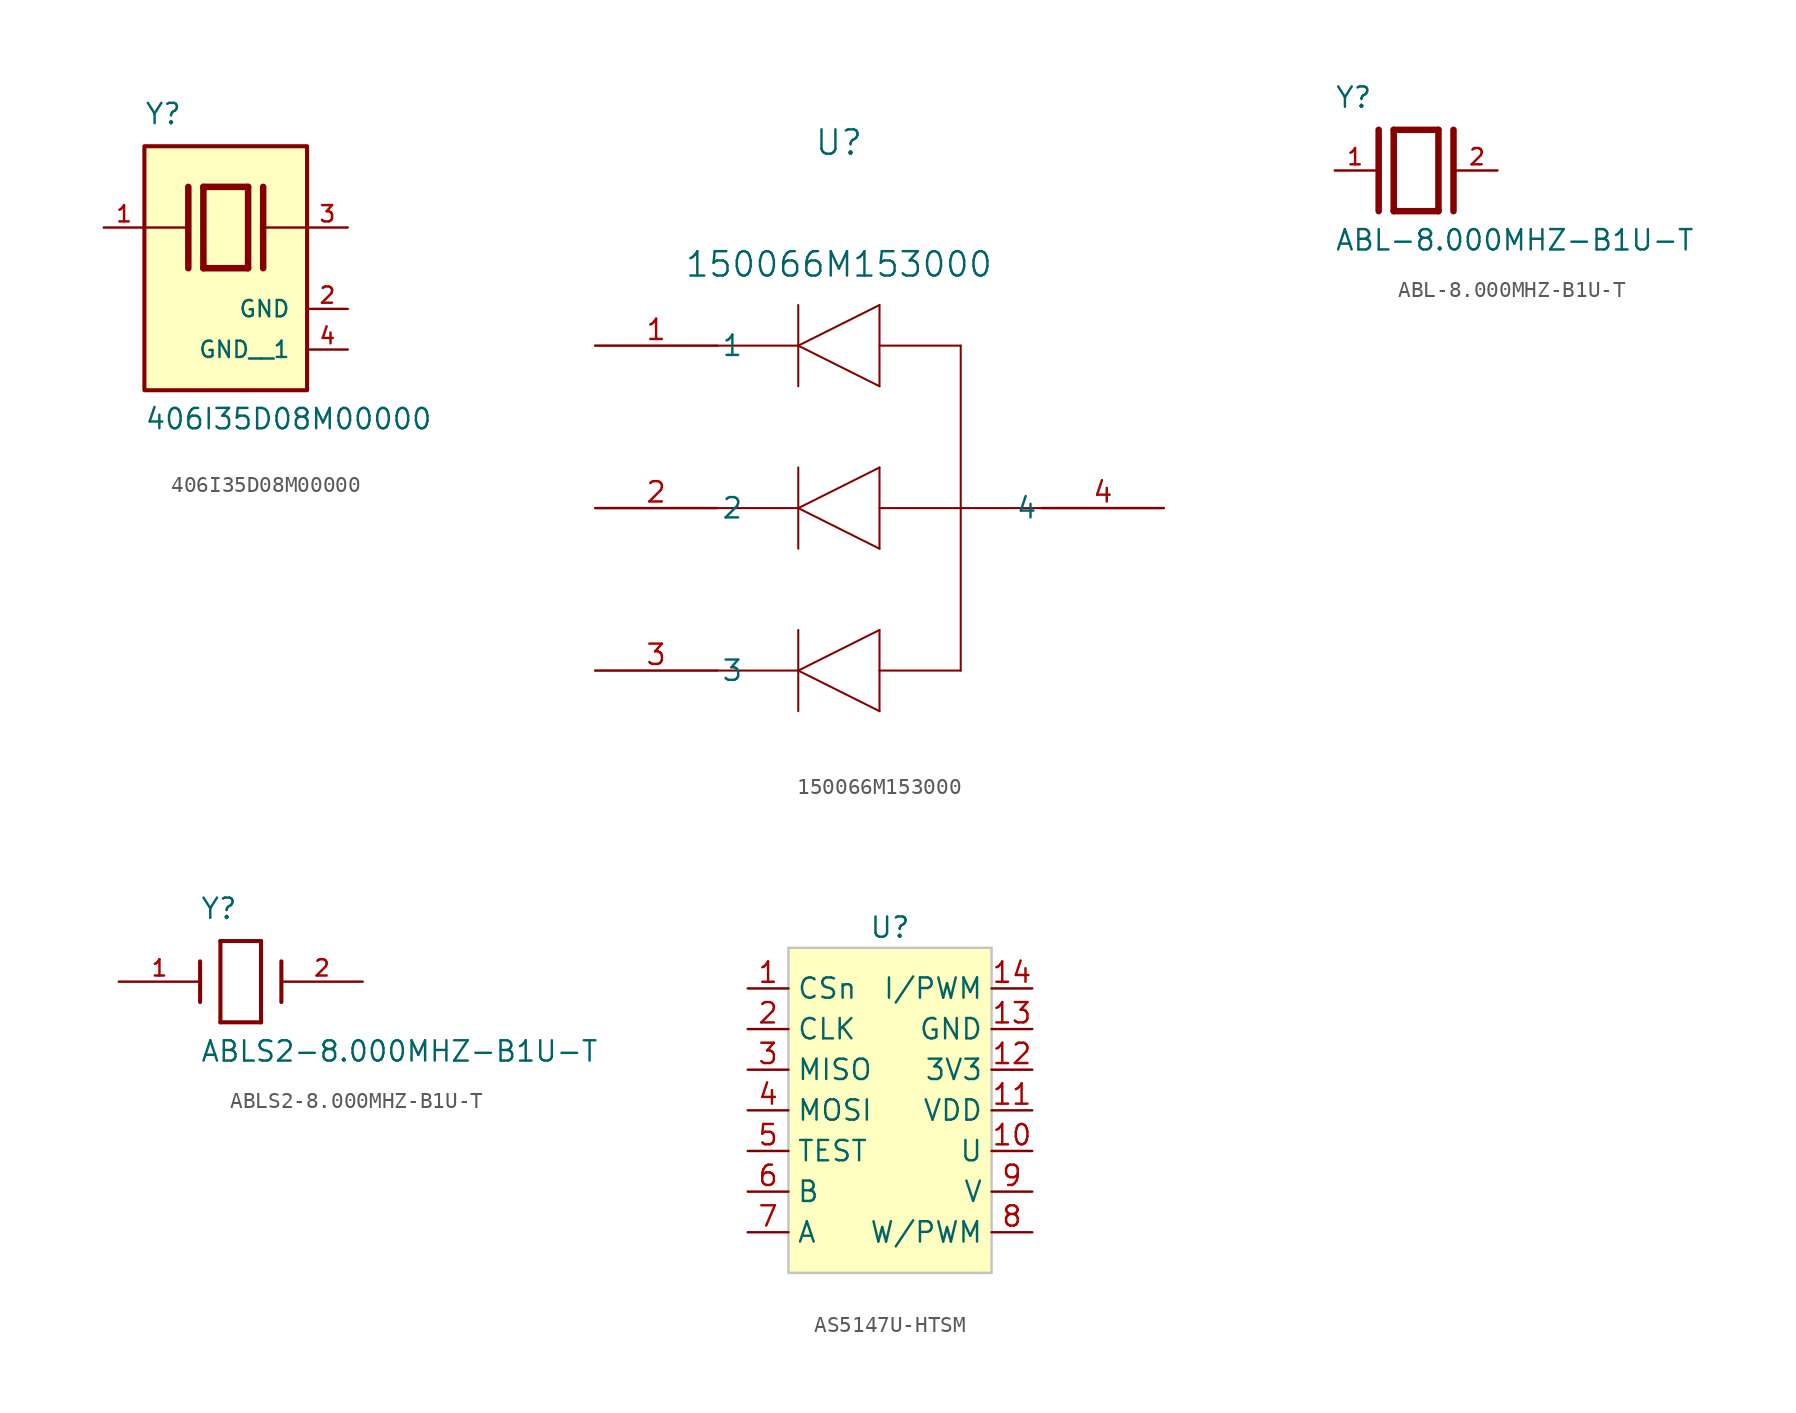
<source format=kicad_sym>
(kicad_symbol_lib
  (version 20220914)
  (generator kicad_symbol_editor)
  (symbol "406I35D08M00000"
    (pin_names
      (offset 1.016))
    (property "Reference" "Y"
      (at -5.088 6.356 0)
      (effects (font (size 1.27 1.27)) (justify left bottom)))
    (property "Value" "406I35D08M00000"
      (at -5.094 -12.7 0)
      (effects (font (size 1.27 1.27)) (justify left bottom)))
    (symbol "406I35D08M00000_0_0"
      (rectangle (start -5.08 -10.16) (end 5.08 5.08) (stroke (width 0.254) (type default)) (fill (type background)))
      (polyline (pts (xy -5.08 0) (xy -2.54 0)) (stroke (width 0.152) (type default)) (fill (type none)))
      (polyline (pts (xy -2.337 2.54) (xy -2.337 -2.54)) (stroke (width 0.406) (type default)) (fill (type none)))
      (polyline (pts (xy -1.397 2.54) (xy -1.397 -2.54)) (stroke (width 0.406) (type default)) (fill (type none)))
      (polyline (pts (xy -1.397 2.54) (xy 1.397 2.54)) (stroke (width 0.406) (type default)) (fill (type none)))
      (polyline (pts (xy 1.397 -2.54) (xy -1.397 -2.54)) (stroke (width 0.406) (type default)) (fill (type none)))
      (polyline (pts (xy 1.397 2.54) (xy 1.397 -2.54)) (stroke (width 0.406) (type default)) (fill (type none)))
      (polyline (pts (xy 2.337 2.54) (xy 2.337 -2.54)) (stroke (width 0.406) (type default)) (fill (type none)))
      (polyline (pts (xy 2.54 0) (xy 5.08 0)) (stroke (width 0.152) (type default)) (fill (type none)))
      (pin passive line (at -7.62 0 0) (length 2.54) (name "~" (effects (font (size 1.016 1.016)))) (number "1" (effects (font (size 1.016 1.016)))))
      (pin power_in line (at 7.62 -5.08 180) (length 2.54) (name "GND" (effects (font (size 1.016 1.016)))) (number "2" (effects (font (size 1.016 1.016)))))
      (pin passive line (at 7.62 0 180) (length 2.54) (name "~" (effects (font (size 1.016 1.016)))) (number "3" (effects (font (size 1.016 1.016)))))
      (pin power_in line (at 7.62 -7.62 180) (length 2.54) (name "GND__1" (effects (font (size 1.016 1.016)))) (number "4" (effects (font (size 1.016 1.016)))))))
  (symbol "150066M153000"
    (pin_names
      (offset 0.254))
    (property "Reference" "U"
      (at 20.32 15.24 0)
      (effects (font (size 1.524 1.524))))
    (property "Value" "150066M153000"
      (at 20.32 7.62 0)
      (effects (font (size 1.524 1.524))))
    (symbol "150066M153000_0_1"
      (polyline (pts (xy 12.7 -7.62) (xy 17.78 -7.62)) (stroke (width 0.127) (type default)) (fill (type none)))
      (polyline (pts (xy 12.7 2.54) (xy 17.78 2.54)) (stroke (width 0.127) (type default)) (fill (type none)))
      (polyline (pts (xy 17.78 -20.32) (xy 17.78 -15.24)) (stroke (width 0.127) (type default)) (fill (type none)))
      (polyline (pts (xy 17.78 -17.78) (xy 12.7 -17.78)) (stroke (width 0.127) (type default)) (fill (type none)))
      (polyline (pts (xy 17.78 -17.78) (xy 22.86 -15.24)) (stroke (width 0.127) (type default)) (fill (type none)))
      (polyline (pts (xy 17.78 -10.16) (xy 17.78 -5.08)) (stroke (width 0.127) (type default)) (fill (type none)))
      (polyline (pts (xy 17.78 -7.62) (xy 22.86 -5.08)) (stroke (width 0.127) (type default)) (fill (type none)))
      (polyline (pts (xy 17.78 2.54) (xy 17.78 0)) (stroke (width 0.127) (type default)) (fill (type none)))
      (polyline (pts (xy 17.78 2.54) (xy 17.78 5.08)) (stroke (width 0.127) (type default)) (fill (type none)))
      (polyline (pts (xy 17.78 2.54) (xy 22.86 5.08)) (stroke (width 0.127) (type default)) (fill (type none)))
      (polyline (pts (xy 22.86 -20.32) (xy 17.78 -17.78)) (stroke (width 0.127) (type default)) (fill (type none)))
      (polyline (pts (xy 22.86 -17.78) (xy 22.86 -20.32)) (stroke (width 0.127) (type default)) (fill (type none)))
      (polyline (pts (xy 22.86 -17.78) (xy 22.86 -15.24)) (stroke (width 0.127) (type default)) (fill (type none)))
      (polyline (pts (xy 22.86 -10.16) (xy 17.78 -7.62)) (stroke (width 0.127) (type default)) (fill (type none)))
      (polyline (pts (xy 22.86 -7.62) (xy 27.94 -7.62)) (stroke (width 0.127) (type default)) (fill (type none)))
      (polyline (pts (xy 22.86 -5.08) (xy 22.86 -10.16)) (stroke (width 0.127) (type default)) (fill (type none)))
      (polyline (pts (xy 22.86 0) (xy 17.78 2.54)) (stroke (width 0.127) (type default)) (fill (type none)))
      (polyline (pts (xy 22.86 5.08) (xy 22.86 0)) (stroke (width 0.127) (type default)) (fill (type none)))
      (polyline (pts (xy 27.94 -17.78) (xy 22.86 -17.78)) (stroke (width 0.127) (type default)) (fill (type none)))
      (polyline (pts (xy 27.94 -7.62) (xy 27.94 -17.78)) (stroke (width 0.127) (type default)) (fill (type none)))
      (polyline (pts (xy 27.94 -7.62) (xy 27.94 2.54)) (stroke (width 0.127) (type default)) (fill (type none)))
      (polyline (pts (xy 27.94 2.54) (xy 22.86 2.54)) (stroke (width 0.127) (type default)) (fill (type none)))
      (polyline (pts (xy 33.02 -7.62) (xy 27.94 -7.62)) (stroke (width 0.127) (type default)) (fill (type none)))
      (pin unspecified line (at 5.08 2.54 0) (length 7.62) (name "1" (effects (font (size 1.27 1.27)))) (number "1" (effects (font (size 1.27 1.27)))))
      (pin unspecified line (at 5.08 -7.62 0) (length 7.62) (name "2" (effects (font (size 1.27 1.27)))) (number "2" (effects (font (size 1.27 1.27)))))
      (pin unspecified line (at 5.08 -17.78 0) (length 7.62) (name "3" (effects (font (size 1.27 1.27)))) (number "3" (effects (font (size 1.27 1.27)))))
      (pin unspecified line (at 40.64 -7.62 180) (length 7.62) (name "4" (effects (font (size 1.27 1.27)))) (number "4" (effects (font (size 1.27 1.27)))))))
  (symbol "ABL-8.000MHZ-B1U-T"
    (pin_names
      (offset 1.016))
    (property "Reference" "Y"
      (at -5.088 3.816 0)
      (effects (font (size 1.27 1.27)) (justify left bottom)))
    (property "Value" "ABL-8.000MHZ-B1U-T"
      (at -5.094 -5.094 0)
      (effects (font (size 1.27 1.27)) (justify left bottom)))
    (symbol "ABL-8.000MHZ-B1U-T_0_0"
      (polyline (pts (xy -2.337 2.54) (xy -2.337 -2.54)) (stroke (width 0.406) (type default)) (fill (type none)))
      (polyline (pts (xy -1.397 2.54) (xy -1.397 -2.54)) (stroke (width 0.406) (type default)) (fill (type none)))
      (polyline (pts (xy -1.397 2.54) (xy 1.397 2.54)) (stroke (width 0.406) (type default)) (fill (type none)))
      (polyline (pts (xy 1.397 -2.54) (xy -1.397 -2.54)) (stroke (width 0.406) (type default)) (fill (type none)))
      (polyline (pts (xy 1.397 2.54) (xy 1.397 -2.54)) (stroke (width 0.406) (type default)) (fill (type none)))
      (polyline (pts (xy 2.337 2.54) (xy 2.337 -2.54)) (stroke (width 0.406) (type default)) (fill (type none)))
      (pin passive line (at -5.08 0 0) (length 2.54) (name "~" (effects (font (size 1.016 1.016)))) (number "1" (effects (font (size 1.016 1.016)))))
      (pin passive line (at 5.08 0 180) (length 2.54) (name "~" (effects (font (size 1.016 1.016)))) (number "2" (effects (font (size 1.016 1.016)))))))
  (symbol "ABLS2-8.000MHZ-B1U-T"
    (pin_names
      (offset 1.016))
    (property "Reference" "Y"
      (at -2.549 3.823 0)
      (effects (font (size 1.27 1.27)) (justify left bottom)))
    (property "Value" "ABLS2-8.000MHZ-B1U-T"
      (at -2.547 -5.095 0)
      (effects (font (size 1.27 1.27)) (justify left bottom)))
    (symbol "ABLS2-8.000MHZ-B1U-T_0_0"
      (polyline (pts (xy -2.54 1.27) (xy -2.54 -1.27)) (stroke (width 0.254) (type default)) (fill (type none)))
      (polyline (pts (xy -1.27 -2.54) (xy -1.27 2.54)) (stroke (width 0.254) (type default)) (fill (type none)))
      (polyline (pts (xy -1.27 2.54) (xy 1.27 2.54)) (stroke (width 0.254) (type default)) (fill (type none)))
      (polyline (pts (xy 1.27 -2.54) (xy -1.27 -2.54)) (stroke (width 0.254) (type default)) (fill (type none)))
      (polyline (pts (xy 1.27 2.54) (xy 1.27 -2.54)) (stroke (width 0.254) (type default)) (fill (type none)))
      (polyline (pts (xy 2.54 1.27) (xy 2.54 -1.27)) (stroke (width 0.254) (type default)) (fill (type none)))
      (pin passive line (at -7.62 0 0) (length 5.08) (name "~" (effects (font (size 1.016 1.016)))) (number "1" (effects (font (size 1.016 1.016)))))
      (pin passive line (at 7.62 0 180) (length 5.08) (name "~" (effects (font (size 1.016 1.016)))) (number "2" (effects (font (size 1.016 1.016)))))))
  (symbol "AS5147U-HTSM"
    (property "Reference" "U"
      (at 0 0 0)
      (effects (font (size 1.27 1.27))))
    (property "Value" ""
      (at 0 0 0)
      (effects (font (size 1.27 1.27))))
    (symbol "AS5147U-HTSM_1_1"
      (rectangle (start -6.35 -1.27) (end 6.35 -21.59) (stroke (width 0) (type default) (color 196 196 196 1)) (fill (type background)))
      (pin input line (at -8.89 -3.81 0) (length 2.54) (name "CSn" (effects (font (size 1.27 1.27)))) (number "1" (effects (font (size 1.27 1.27)))))
      (pin input line (at 8.89 -13.97 180) (length 2.54) (name "U" (effects (font (size 1.27 1.27)))) (number "10" (effects (font (size 1.27 1.27)))))
      (pin input line (at 8.89 -11.43 180) (length 2.54) (name "VDD" (effects (font (size 1.27 1.27)))) (number "11" (effects (font (size 1.27 1.27)))))
      (pin output line (at 8.89 -8.89 180) (length 2.54) (name "3V3" (effects (font (size 1.27 1.27)))) (number "12" (effects (font (size 1.27 1.27)))))
      (pin input line (at 8.89 -6.35 180) (length 2.54) (name "GND" (effects (font (size 1.27 1.27)))) (number "13" (effects (font (size 1.27 1.27)))))
      (pin input line (at 8.89 -3.81 180) (length 2.54) (name "I/PWM" (effects (font (size 1.27 1.27)))) (number "14" (effects (font (size 1.27 1.27)))))
      (pin input line (at -8.89 -6.35 0) (length 2.54) (name "CLK" (effects (font (size 1.27 1.27)))) (number "2" (effects (font (size 1.27 1.27)))))
      (pin input line (at -8.89 -8.89 0) (length 2.54) (name "MISO" (effects (font (size 1.27 1.27)))) (number "3" (effects (font (size 1.27 1.27)))))
      (pin input line (at -8.89 -11.43 0) (length 2.54) (name "MOSI" (effects (font (size 1.27 1.27)))) (number "4" (effects (font (size 1.27 1.27)))))
      (pin input line (at -8.89 -13.97 0) (length 2.54) (name "TEST" (effects (font (size 1.27 1.27)))) (number "5" (effects (font (size 1.27 1.27)))))
      (pin input line (at -8.89 -16.51 0) (length 2.54) (name "B" (effects (font (size 1.27 1.27)))) (number "6" (effects (font (size 1.27 1.27)))))
      (pin input line (at -8.89 -19.05 0) (length 2.54) (name "A" (effects (font (size 1.27 1.27)))) (number "7" (effects (font (size 1.27 1.27)))))
      (pin input line (at 8.89 -19.05 180) (length 2.54) (name "W/PWM" (effects (font (size 1.27 1.27)))) (number "8" (effects (font (size 1.27 1.27)))))
      (pin input line (at 8.89 -16.51 180) (length 2.54) (name "V" (effects (font (size 1.27 1.27)))) (number "9" (effects (font (size 1.27 1.27))))))))
</source>
